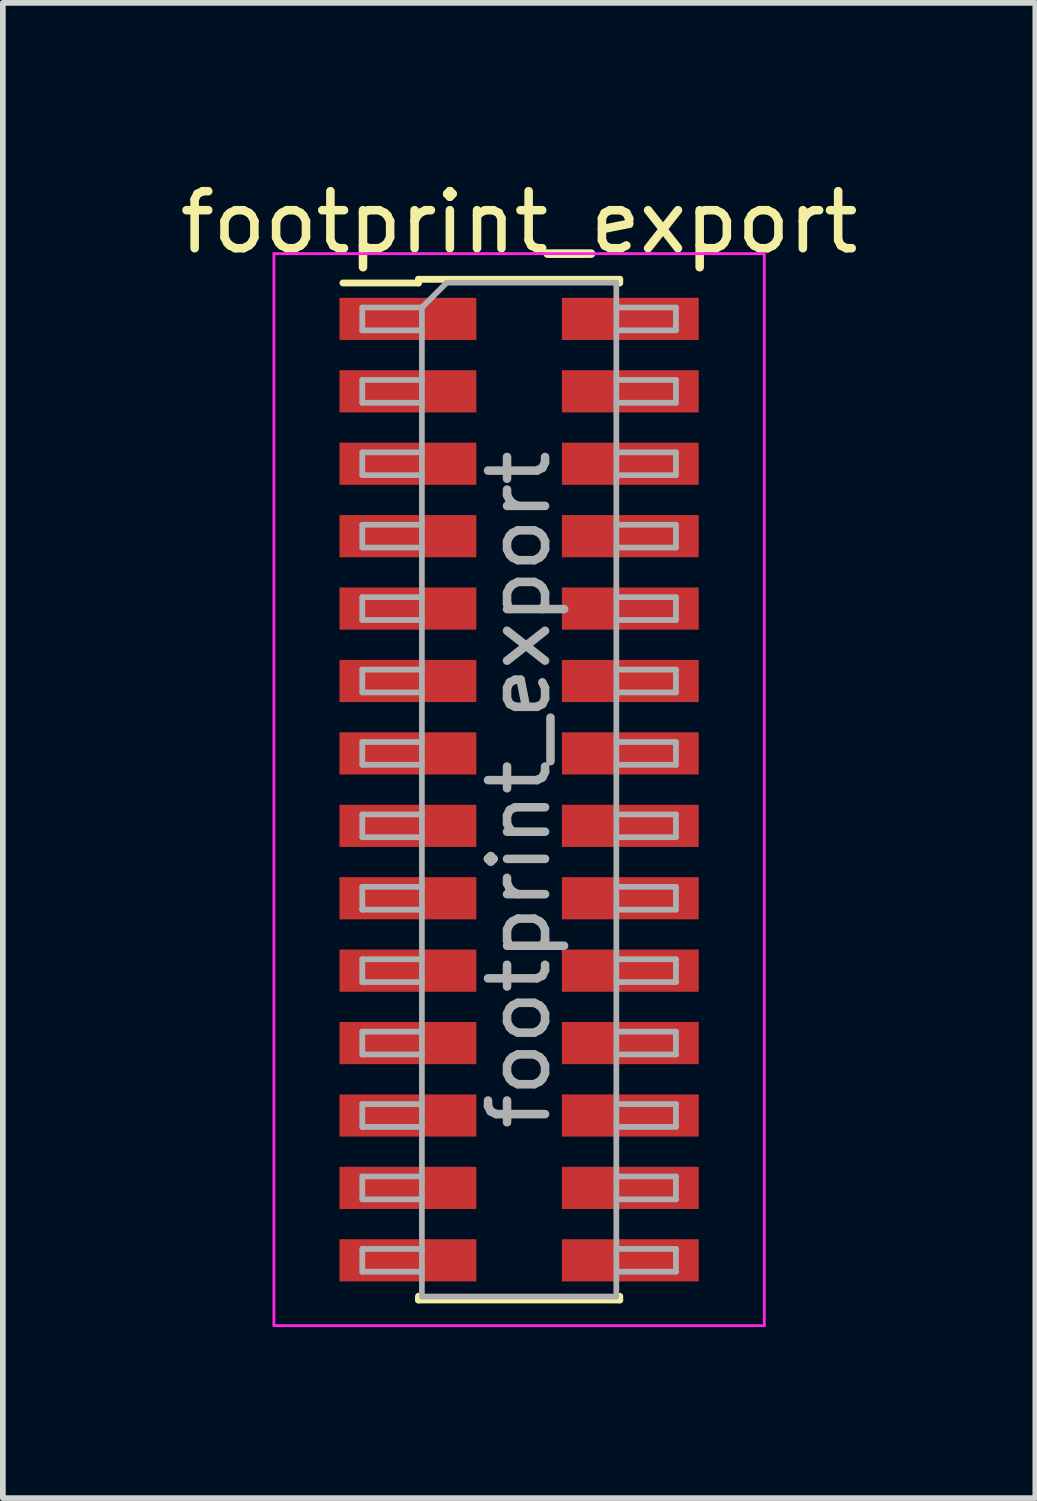
<source format=kicad_pcb>
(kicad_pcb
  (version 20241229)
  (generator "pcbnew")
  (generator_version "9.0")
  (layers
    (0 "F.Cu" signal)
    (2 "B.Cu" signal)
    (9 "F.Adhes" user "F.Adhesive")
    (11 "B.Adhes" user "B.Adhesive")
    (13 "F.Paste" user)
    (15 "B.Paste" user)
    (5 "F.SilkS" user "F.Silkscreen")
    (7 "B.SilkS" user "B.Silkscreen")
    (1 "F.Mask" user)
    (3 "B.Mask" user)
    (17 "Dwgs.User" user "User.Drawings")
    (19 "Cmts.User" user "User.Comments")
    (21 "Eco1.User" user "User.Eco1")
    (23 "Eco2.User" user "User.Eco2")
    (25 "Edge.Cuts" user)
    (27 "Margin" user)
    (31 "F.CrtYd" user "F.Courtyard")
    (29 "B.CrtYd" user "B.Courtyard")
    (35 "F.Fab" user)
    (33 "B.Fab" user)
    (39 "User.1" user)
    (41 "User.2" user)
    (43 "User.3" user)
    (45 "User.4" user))
  (footprint "footprint_export"
    (layer "F.Cu")
    (at 6.054 10.798)
    (property "Reference" "footprint_export" (at 0 -9.95 0) (layer "F.SilkS") (effects (font (size 1 1) (thickness 0.15))))
    (attr smd)
    (fp_line (start -3.09 -8.885) (end -1.765 -8.885) (stroke (width 0.12) (type solid)) (layer "F.SilkS"))
    (fp_line (start -1.765 -8.95) (end -1.765 -8.885) (stroke (width 0.12) (type solid)) (layer "F.SilkS"))
    (fp_line (start -1.765 -8.95) (end 1.765 -8.95) (stroke (width 0.12) (type solid)) (layer "F.SilkS"))
    (fp_line (start -1.765 8.885) (end -1.765 8.95) (stroke (width 0.12) (type solid)) (layer "F.SilkS"))
    (fp_line (start -1.765 8.95) (end 1.765 8.95) (stroke (width 0.12) (type solid)) (layer "F.SilkS"))
    (fp_line (start 1.765 -8.95) (end 1.765 -8.885) (stroke (width 0.12) (type solid)) (layer "F.SilkS"))
    (fp_line (start 1.765 8.885) (end 1.765 8.95) (stroke (width 0.12) (type solid)) (layer "F.SilkS"))
    (fp_line (start -4.3 -9.4) (end -4.3 9.4) (stroke (width 0.05) (type solid)) (layer "F.CrtYd"))
    (fp_line (start -4.3 9.4) (end 4.3 9.4) (stroke (width 0.05) (type solid)) (layer "F.CrtYd"))
    (fp_line (start 4.3 -9.4) (end -4.3 -9.4) (stroke (width 0.05) (type solid)) (layer "F.CrtYd"))
    (fp_line (start 4.3 9.4) (end 4.3 -9.4) (stroke (width 0.05) (type solid)) (layer "F.CrtYd"))
    (fp_line (start -2.75 -8.455) (end -2.75 -8.055) (stroke (width 0.1) (type solid)) (layer "F.Fab"))
    (fp_line (start -2.75 -8.055) (end -1.705 -8.055) (stroke (width 0.1) (type solid)) (layer "F.Fab"))
    (fp_line (start -2.75 -7.185) (end -2.75 -6.785) (stroke (width 0.1) (type solid)) (layer "F.Fab"))
    (fp_line (start -2.75 -6.785) (end -1.705 -6.785) (stroke (width 0.1) (type solid)) (layer "F.Fab"))
    (fp_line (start -2.75 -5.915) (end -2.75 -5.515) (stroke (width 0.1) (type solid)) (layer "F.Fab"))
    (fp_line (start -2.75 -5.515) (end -1.705 -5.515) (stroke (width 0.1) (type solid)) (layer "F.Fab"))
    (fp_line (start -2.75 -4.645) (end -2.75 -4.245) (stroke (width 0.1) (type solid)) (layer "F.Fab"))
    (fp_line (start -2.75 -4.245) (end -1.705 -4.245) (stroke (width 0.1) (type solid)) (layer "F.Fab"))
    (fp_line (start -2.75 -3.375) (end -2.75 -2.975) (stroke (width 0.1) (type solid)) (layer "F.Fab"))
    (fp_line (start -2.75 -2.975) (end -1.705 -2.975) (stroke (width 0.1) (type solid)) (layer "F.Fab"))
    (fp_line (start -2.75 -2.105) (end -2.75 -1.705) (stroke (width 0.1) (type solid)) (layer "F.Fab"))
    (fp_line (start -2.75 -1.705) (end -1.705 -1.705) (stroke (width 0.1) (type solid)) (layer "F.Fab"))
    (fp_line (start -2.75 -0.835) (end -2.75 -0.435) (stroke (width 0.1) (type solid)) (layer "F.Fab"))
    (fp_line (start -2.75 -0.435) (end -1.705 -0.435) (stroke (width 0.1) (type solid)) (layer "F.Fab"))
    (fp_line (start -2.75 0.435) (end -2.75 0.835) (stroke (width 0.1) (type solid)) (layer "F.Fab"))
    (fp_line (start -2.75 0.835) (end -1.705 0.835) (stroke (width 0.1) (type solid)) (layer "F.Fab"))
    (fp_line (start -2.75 1.705) (end -2.75 2.105) (stroke (width 0.1) (type solid)) (layer "F.Fab"))
    (fp_line (start -2.75 2.105) (end -1.705 2.105) (stroke (width 0.1) (type solid)) (layer "F.Fab"))
    (fp_line (start -2.75 2.975) (end -2.75 3.375) (stroke (width 0.1) (type solid)) (layer "F.Fab"))
    (fp_line (start -2.75 3.375) (end -1.705 3.375) (stroke (width 0.1) (type solid)) (layer "F.Fab"))
    (fp_line (start -2.75 4.245) (end -2.75 4.645) (stroke (width 0.1) (type solid)) (layer "F.Fab"))
    (fp_line (start -2.75 4.645) (end -1.705 4.645) (stroke (width 0.1) (type solid)) (layer "F.Fab"))
    (fp_line (start -2.75 5.515) (end -2.75 5.915) (stroke (width 0.1) (type solid)) (layer "F.Fab"))
    (fp_line (start -2.75 5.915) (end -1.705 5.915) (stroke (width 0.1) (type solid)) (layer "F.Fab"))
    (fp_line (start -2.75 6.785) (end -2.75 7.185) (stroke (width 0.1) (type solid)) (layer "F.Fab"))
    (fp_line (start -2.75 7.185) (end -1.705 7.185) (stroke (width 0.1) (type solid)) (layer "F.Fab"))
    (fp_line (start -2.75 8.055) (end -2.75 8.455) (stroke (width 0.1) (type solid)) (layer "F.Fab"))
    (fp_line (start -2.75 8.455) (end -1.705 8.455) (stroke (width 0.1) (type solid)) (layer "F.Fab"))
    (fp_line (start -1.705 -8.455) (end -2.75 -8.455) (stroke (width 0.1) (type solid)) (layer "F.Fab"))
    (fp_line (start -1.705 -8.455) (end -1.27 -8.89) (stroke (width 0.1) (type solid)) (layer "F.Fab"))
    (fp_line (start -1.705 -7.185) (end -2.75 -7.185) (stroke (width 0.1) (type solid)) (layer "F.Fab"))
    (fp_line (start -1.705 -5.915) (end -2.75 -5.915) (stroke (width 0.1) (type solid)) (layer "F.Fab"))
    (fp_line (start -1.705 -4.645) (end -2.75 -4.645) (stroke (width 0.1) (type solid)) (layer "F.Fab"))
    (fp_line (start -1.705 -3.375) (end -2.75 -3.375) (stroke (width 0.1) (type solid)) (layer "F.Fab"))
    (fp_line (start -1.705 -2.105) (end -2.75 -2.105) (stroke (width 0.1) (type solid)) (layer "F.Fab"))
    (fp_line (start -1.705 -0.835) (end -2.75 -0.835) (stroke (width 0.1) (type solid)) (layer "F.Fab"))
    (fp_line (start -1.705 0.435) (end -2.75 0.435) (stroke (width 0.1) (type solid)) (layer "F.Fab"))
    (fp_line (start -1.705 1.705) (end -2.75 1.705) (stroke (width 0.1) (type solid)) (layer "F.Fab"))
    (fp_line (start -1.705 2.975) (end -2.75 2.975) (stroke (width 0.1) (type solid)) (layer "F.Fab"))
    (fp_line (start -1.705 4.245) (end -2.75 4.245) (stroke (width 0.1) (type solid)) (layer "F.Fab"))
    (fp_line (start -1.705 5.515) (end -2.75 5.515) (stroke (width 0.1) (type solid)) (layer "F.Fab"))
    (fp_line (start -1.705 6.785) (end -2.75 6.785) (stroke (width 0.1) (type solid)) (layer "F.Fab"))
    (fp_line (start -1.705 8.055) (end -2.75 8.055) (stroke (width 0.1) (type solid)) (layer "F.Fab"))
    (fp_line (start -1.705 8.89) (end -1.705 -8.455) (stroke (width 0.1) (type solid)) (layer "F.Fab"))
    (fp_line (start -1.27 -8.89) (end 1.705 -8.89) (stroke (width 0.1) (type solid)) (layer "F.Fab"))
    (fp_line (start 1.705 -8.89) (end 1.705 8.89) (stroke (width 0.1) (type solid)) (layer "F.Fab"))
    (fp_line (start 1.705 -8.455) (end 2.75 -8.455) (stroke (width 0.1) (type solid)) (layer "F.Fab"))
    (fp_line (start 1.705 -7.185) (end 2.75 -7.185) (stroke (width 0.1) (type solid)) (layer "F.Fab"))
    (fp_line (start 1.705 -5.915) (end 2.75 -5.915) (stroke (width 0.1) (type solid)) (layer "F.Fab"))
    (fp_line (start 1.705 -4.645) (end 2.75 -4.645) (stroke (width 0.1) (type solid)) (layer "F.Fab"))
    (fp_line (start 1.705 -3.375) (end 2.75 -3.375) (stroke (width 0.1) (type solid)) (layer "F.Fab"))
    (fp_line (start 1.705 -2.105) (end 2.75 -2.105) (stroke (width 0.1) (type solid)) (layer "F.Fab"))
    (fp_line (start 1.705 -0.835) (end 2.75 -0.835) (stroke (width 0.1) (type solid)) (layer "F.Fab"))
    (fp_line (start 1.705 0.435) (end 2.75 0.435) (stroke (width 0.1) (type solid)) (layer "F.Fab"))
    (fp_line (start 1.705 1.705) (end 2.75 1.705) (stroke (width 0.1) (type solid)) (layer "F.Fab"))
    (fp_line (start 1.705 2.975) (end 2.75 2.975) (stroke (width 0.1) (type solid)) (layer "F.Fab"))
    (fp_line (start 1.705 4.245) (end 2.75 4.245) (stroke (width 0.1) (type solid)) (layer "F.Fab"))
    (fp_line (start 1.705 5.515) (end 2.75 5.515) (stroke (width 0.1) (type solid)) (layer "F.Fab"))
    (fp_line (start 1.705 6.785) (end 2.75 6.785) (stroke (width 0.1) (type solid)) (layer "F.Fab"))
    (fp_line (start 1.705 8.055) (end 2.75 8.055) (stroke (width 0.1) (type solid)) (layer "F.Fab"))
    (fp_line (start 1.705 8.89) (end -1.705 8.89) (stroke (width 0.1) (type solid)) (layer "F.Fab"))
    (fp_line (start 2.75 -8.455) (end 2.75 -8.055) (stroke (width 0.1) (type solid)) (layer "F.Fab"))
    (fp_line (start 2.75 -8.055) (end 1.705 -8.055) (stroke (width 0.1) (type solid)) (layer "F.Fab"))
    (fp_line (start 2.75 -7.185) (end 2.75 -6.785) (stroke (width 0.1) (type solid)) (layer "F.Fab"))
    (fp_line (start 2.75 -6.785) (end 1.705 -6.785) (stroke (width 0.1) (type solid)) (layer "F.Fab"))
    (fp_line (start 2.75 -5.915) (end 2.75 -5.515) (stroke (width 0.1) (type solid)) (layer "F.Fab"))
    (fp_line (start 2.75 -5.515) (end 1.705 -5.515) (stroke (width 0.1) (type solid)) (layer "F.Fab"))
    (fp_line (start 2.75 -4.645) (end 2.75 -4.245) (stroke (width 0.1) (type solid)) (layer "F.Fab"))
    (fp_line (start 2.75 -4.245) (end 1.705 -4.245) (stroke (width 0.1) (type solid)) (layer "F.Fab"))
    (fp_line (start 2.75 -3.375) (end 2.75 -2.975) (stroke (width 0.1) (type solid)) (layer "F.Fab"))
    (fp_line (start 2.75 -2.975) (end 1.705 -2.975) (stroke (width 0.1) (type solid)) (layer "F.Fab"))
    (fp_line (start 2.75 -2.105) (end 2.75 -1.705) (stroke (width 0.1) (type solid)) (layer "F.Fab"))
    (fp_line (start 2.75 -1.705) (end 1.705 -1.705) (stroke (width 0.1) (type solid)) (layer "F.Fab"))
    (fp_line (start 2.75 -0.835) (end 2.75 -0.435) (stroke (width 0.1) (type solid)) (layer "F.Fab"))
    (fp_line (start 2.75 -0.435) (end 1.705 -0.435) (stroke (width 0.1) (type solid)) (layer "F.Fab"))
    (fp_line (start 2.75 0.435) (end 2.75 0.835) (stroke (width 0.1) (type solid)) (layer "F.Fab"))
    (fp_line (start 2.75 0.835) (end 1.705 0.835) (stroke (width 0.1) (type solid)) (layer "F.Fab"))
    (fp_line (start 2.75 1.705) (end 2.75 2.105) (stroke (width 0.1) (type solid)) (layer "F.Fab"))
    (fp_line (start 2.75 2.105) (end 1.705 2.105) (stroke (width 0.1) (type solid)) (layer "F.Fab"))
    (fp_line (start 2.75 2.975) (end 2.75 3.375) (stroke (width 0.1) (type solid)) (layer "F.Fab"))
    (fp_line (start 2.75 3.375) (end 1.705 3.375) (stroke (width 0.1) (type solid)) (layer "F.Fab"))
    (fp_line (start 2.75 4.245) (end 2.75 4.645) (stroke (width 0.1) (type solid)) (layer "F.Fab"))
    (fp_line (start 2.75 4.645) (end 1.705 4.645) (stroke (width 0.1) (type solid)) (layer "F.Fab"))
    (fp_line (start 2.75 5.515) (end 2.75 5.915) (stroke (width 0.1) (type solid)) (layer "F.Fab"))
    (fp_line (start 2.75 5.915) (end 1.705 5.915) (stroke (width 0.1) (type solid)) (layer "F.Fab"))
    (fp_line (start 2.75 6.785) (end 2.75 7.185) (stroke (width 0.1) (type solid)) (layer "F.Fab"))
    (fp_line (start 2.75 7.185) (end 1.705 7.185) (stroke (width 0.1) (type solid)) (layer "F.Fab"))
    (fp_line (start 2.75 8.055) (end 2.75 8.455) (stroke (width 0.1) (type solid)) (layer "F.Fab"))
    (fp_line (start 2.75 8.455) (end 1.705 8.455) (stroke (width 0.1) (type solid)) (layer "F.Fab"))
    (fp_text user "${REFERENCE}" (at 0 0 90) (layer "F.Fab") (effects (font (size 1 1) (thickness 0.15))))
    (pad "1" smd rect (at -1.95 -8.255) (size 2.4 0.74) (layers "F.Cu" "F.Mask" "F.Paste"))
    (pad "2" smd rect (at 1.95 -8.255) (size 2.4 0.74) (layers "F.Cu" "F.Mask" "F.Paste"))
    (pad "3" smd rect (at -1.95 -6.985) (size 2.4 0.74) (layers "F.Cu" "F.Mask" "F.Paste"))
    (pad "4" smd rect (at 1.95 -6.985) (size 2.4 0.74) (layers "F.Cu" "F.Mask" "F.Paste"))
    (pad "5" smd rect (at -1.95 -5.715) (size 2.4 0.74) (layers "F.Cu" "F.Mask" "F.Paste"))
    (pad "6" smd rect (at 1.95 -5.715) (size 2.4 0.74) (layers "F.Cu" "F.Mask" "F.Paste"))
    (pad "7" smd rect (at -1.95 -4.445) (size 2.4 0.74) (layers "F.Cu" "F.Mask" "F.Paste"))
    (pad "8" smd rect (at 1.95 -4.445) (size 2.4 0.74) (layers "F.Cu" "F.Mask" "F.Paste"))
    (pad "9" smd rect (at -1.95 -3.175) (size 2.4 0.74) (layers "F.Cu" "F.Mask" "F.Paste"))
    (pad "10" smd rect (at 1.95 -3.175) (size 2.4 0.74) (layers "F.Cu" "F.Mask" "F.Paste"))
    (pad "11" smd rect (at -1.95 -1.905) (size 2.4 0.74) (layers "F.Cu" "F.Mask" "F.Paste"))
    (pad "12" smd rect (at 1.95 -1.905) (size 2.4 0.74) (layers "F.Cu" "F.Mask" "F.Paste"))
    (pad "13" smd rect (at -1.95 -0.635) (size 2.4 0.74) (layers "F.Cu" "F.Mask" "F.Paste"))
    (pad "14" smd rect (at 1.95 -0.635) (size 2.4 0.74) (layers "F.Cu" "F.Mask" "F.Paste"))
    (pad "15" smd rect (at -1.95 0.635) (size 2.4 0.74) (layers "F.Cu" "F.Mask" "F.Paste"))
    (pad "16" smd rect (at 1.95 0.635) (size 2.4 0.74) (layers "F.Cu" "F.Mask" "F.Paste"))
    (pad "17" smd rect (at -1.95 1.905) (size 2.4 0.74) (layers "F.Cu" "F.Mask" "F.Paste"))
    (pad "18" smd rect (at 1.95 1.905) (size 2.4 0.74) (layers "F.Cu" "F.Mask" "F.Paste"))
    (pad "19" smd rect (at -1.95 3.175) (size 2.4 0.74) (layers "F.Cu" "F.Mask" "F.Paste"))
    (pad "20" smd rect (at 1.95 3.175) (size 2.4 0.74) (layers "F.Cu" "F.Mask" "F.Paste"))
    (pad "21" smd rect (at -1.95 4.445) (size 2.4 0.74) (layers "F.Cu" "F.Mask" "F.Paste"))
    (pad "22" smd rect (at 1.95 4.445) (size 2.4 0.74) (layers "F.Cu" "F.Mask" "F.Paste"))
    (pad "23" smd rect (at -1.95 5.715) (size 2.4 0.74) (layers "F.Cu" "F.Mask" "F.Paste"))
    (pad "24" smd rect (at 1.95 5.715) (size 2.4 0.74) (layers "F.Cu" "F.Mask" "F.Paste"))
    (pad "25" smd rect (at -1.95 6.985) (size 2.4 0.74) (layers "F.Cu" "F.Mask" "F.Paste"))
    (pad "26" smd rect (at 1.95 6.985) (size 2.4 0.74) (layers "F.Cu" "F.Mask" "F.Paste"))
    (pad "27" smd rect (at -1.95 8.255) (size 2.4 0.74) (layers "F.Cu" "F.Mask" "F.Paste"))
    (pad "28" smd rect (at 1.95 8.255) (size 2.4 0.74) (layers "F.Cu" "F.Mask" "F.Paste")))
  (gr_rect
    (start -3 -3)
    (end 15.107 23.223)
    (stroke (width 0.1) (type default))
    (fill no)
    (layer "Edge.Cuts")))
</source>
